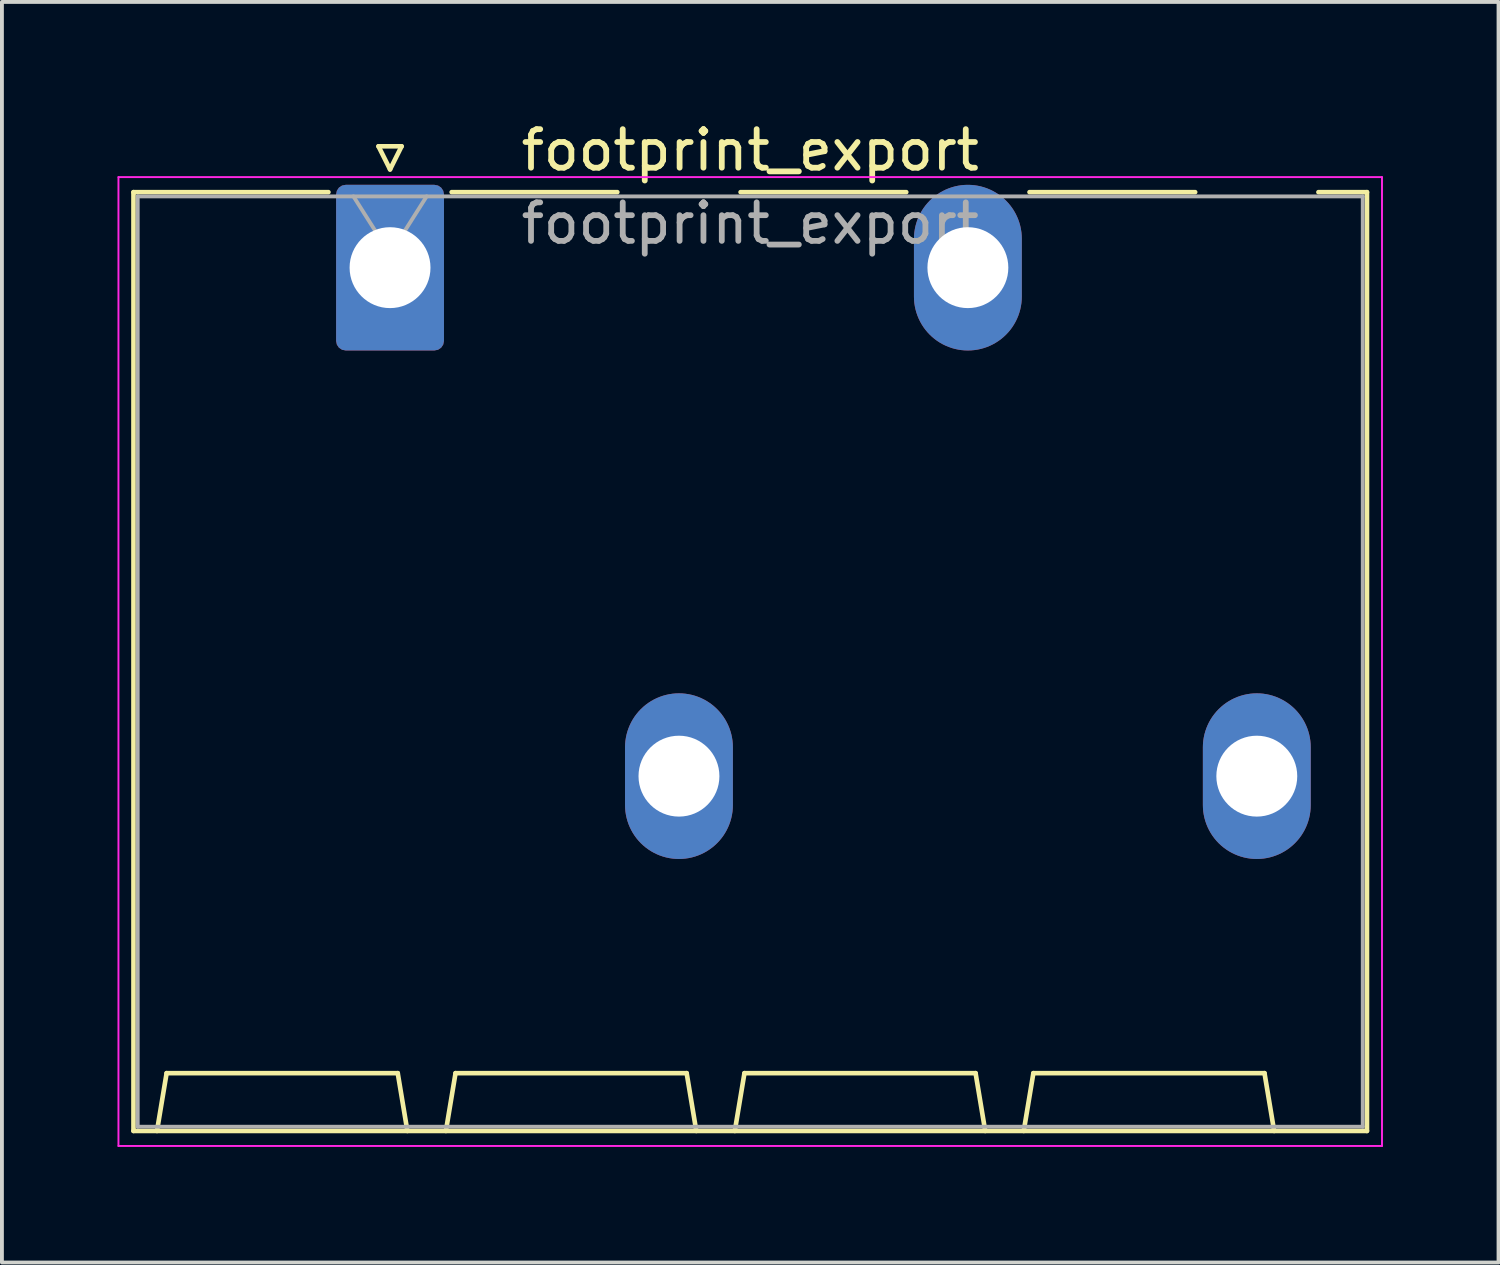
<source format=kicad_pcb>
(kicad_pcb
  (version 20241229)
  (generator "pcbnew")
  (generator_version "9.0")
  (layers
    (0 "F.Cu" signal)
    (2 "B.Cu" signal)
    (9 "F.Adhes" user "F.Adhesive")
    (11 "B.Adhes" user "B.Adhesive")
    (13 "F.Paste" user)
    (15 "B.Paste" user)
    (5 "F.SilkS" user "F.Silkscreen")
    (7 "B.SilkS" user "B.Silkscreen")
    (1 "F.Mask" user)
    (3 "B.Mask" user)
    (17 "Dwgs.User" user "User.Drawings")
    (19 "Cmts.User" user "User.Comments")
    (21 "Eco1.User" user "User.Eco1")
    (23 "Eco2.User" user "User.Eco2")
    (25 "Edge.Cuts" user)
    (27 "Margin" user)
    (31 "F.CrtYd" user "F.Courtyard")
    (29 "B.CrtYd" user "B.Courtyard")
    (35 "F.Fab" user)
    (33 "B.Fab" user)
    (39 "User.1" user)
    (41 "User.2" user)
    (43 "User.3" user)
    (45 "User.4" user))
  (footprint "footprint_export"
    (layer "F.Cu")
    (at 7.075 3.898)
    (property "Reference" "footprint_export" (at 9.35 -3.05 0) (layer "F.SilkS") (effects (font (size 1 1) (thickness 0.15))))
    (attr through_hole)
    (fp_line (start -6.66 -1.96) (end -1.6 -1.96) (stroke (width 0.12) (type solid)) (layer "F.SilkS"))
    (fp_line (start -6.66 22.41) (end -6.66 -1.96) (stroke (width 0.12) (type solid)) (layer "F.SilkS"))
    (fp_line (start -6.05 22.41) (end -5.8 20.91) (stroke (width 0.12) (type solid)) (layer "F.SilkS"))
    (fp_line (start -5.8 20.91) (end 0.2 20.91) (stroke (width 0.12) (type solid)) (layer "F.SilkS"))
    (fp_line (start -0.3 -3.15) (end 0 -2.55) (stroke (width 0.12) (type solid)) (layer "F.SilkS"))
    (fp_line (start -0.3 -3.15) (end 0.3 -3.15) (stroke (width 0.12) (type solid)) (layer "F.SilkS"))
    (fp_line (start 0.3 -3.15) (end 0 -2.55) (stroke (width 0.12) (type solid)) (layer "F.SilkS"))
    (fp_line (start 0.45 22.41) (end 0.2 20.91) (stroke (width 0.12) (type solid)) (layer "F.SilkS"))
    (fp_line (start 1.45 22.41) (end 1.7 20.91) (stroke (width 0.12) (type solid)) (layer "F.SilkS"))
    (fp_line (start 1.6 -1.96) (end 5.9 -1.96) (stroke (width 0.12) (type solid)) (layer "F.SilkS"))
    (fp_line (start 1.7 20.91) (end 7.7 20.91) (stroke (width 0.12) (type solid)) (layer "F.SilkS"))
    (fp_line (start 7.95 22.41) (end 7.7 20.91) (stroke (width 0.12) (type solid)) (layer "F.SilkS"))
    (fp_line (start 8.95 22.41) (end 9.2 20.91) (stroke (width 0.12) (type solid)) (layer "F.SilkS"))
    (fp_line (start 9.1 -1.96) (end 13.4 -1.96) (stroke (width 0.12) (type solid)) (layer "F.SilkS"))
    (fp_line (start 9.2 20.91) (end 15.2 20.91) (stroke (width 0.12) (type solid)) (layer "F.SilkS"))
    (fp_line (start 15.45 22.41) (end 15.2 20.91) (stroke (width 0.12) (type solid)) (layer "F.SilkS"))
    (fp_line (start 16.45 22.41) (end 16.7 20.91) (stroke (width 0.12) (type solid)) (layer "F.SilkS"))
    (fp_line (start 16.6 -1.96) (end 20.9 -1.96) (stroke (width 0.12) (type solid)) (layer "F.SilkS"))
    (fp_line (start 16.7 20.91) (end 22.7 20.91) (stroke (width 0.12) (type solid)) (layer "F.SilkS"))
    (fp_line (start 22.95 22.41) (end 22.7 20.91) (stroke (width 0.12) (type solid)) (layer "F.SilkS"))
    (fp_line (start 24.1 -1.96) (end 25.36 -1.96) (stroke (width 0.12) (type solid)) (layer "F.SilkS"))
    (fp_line (start 25.36 -1.96) (end 25.36 22.41) (stroke (width 0.12) (type solid)) (layer "F.SilkS"))
    (fp_line (start 25.36 22.41) (end -6.66 22.41) (stroke (width 0.12) (type solid)) (layer "F.SilkS"))
    (fp_line (start -7.05 -2.35) (end -7.05 22.8) (stroke (width 0.05) (type solid)) (layer "F.CrtYd"))
    (fp_line (start -7.05 22.8) (end 25.75 22.8) (stroke (width 0.05) (type solid)) (layer "F.CrtYd"))
    (fp_line (start 25.75 -2.35) (end -7.05 -2.35) (stroke (width 0.05) (type solid)) (layer "F.CrtYd"))
    (fp_line (start 25.75 22.8) (end 25.75 -2.35) (stroke (width 0.05) (type solid)) (layer "F.CrtYd"))
    (fp_line (start -6.55 -1.85) (end -6.55 22.3) (stroke (width 0.1) (type solid)) (layer "F.Fab"))
    (fp_line (start -6.55 22.3) (end 25.25 22.3) (stroke (width 0.1) (type solid)) (layer "F.Fab"))
    (fp_line (start -0.95 -1.85) (end 0 -0.35) (stroke (width 0.1) (type solid)) (layer "F.Fab"))
    (fp_line (start 0.95 -1.85) (end 0 -0.35) (stroke (width 0.1) (type solid)) (layer "F.Fab"))
    (fp_line (start 25.25 -1.85) (end -6.55 -1.85) (stroke (width 0.1) (type solid)) (layer "F.Fab"))
    (fp_line (start 25.25 22.3) (end 25.25 -1.85) (stroke (width 0.1) (type solid)) (layer "F.Fab"))
    (fp_text user "${REFERENCE}" (at 9.35 -1.15 0) (layer "F.Fab") (effects (font (size 1 1) (thickness 0.15))))
    (pad "1" thru_hole roundrect (at 0 0) (size 2.8 4.3) (drill 2.1) (layers "*.Cu" "*.Mask") (roundrect_rratio 0.089))
    (pad "2" thru_hole oval (at 7.5 13.2) (size 2.8 4.3) (drill 2.1) (layers "*.Cu" "*.Mask"))
    (pad "3" thru_hole oval (at 15 0) (size 2.8 4.3) (drill 2.1) (layers "*.Cu" "*.Mask"))
    (pad "4" thru_hole oval (at 22.5 13.2) (size 2.8 4.3) (drill 2.1) (layers "*.Cu" "*.Mask")))
  (gr_rect
    (start -3 -3)
    (end 35.85 29.723)
    (stroke (width 0.1) (type default))
    (fill no)
    (layer "Edge.Cuts")))
</source>
